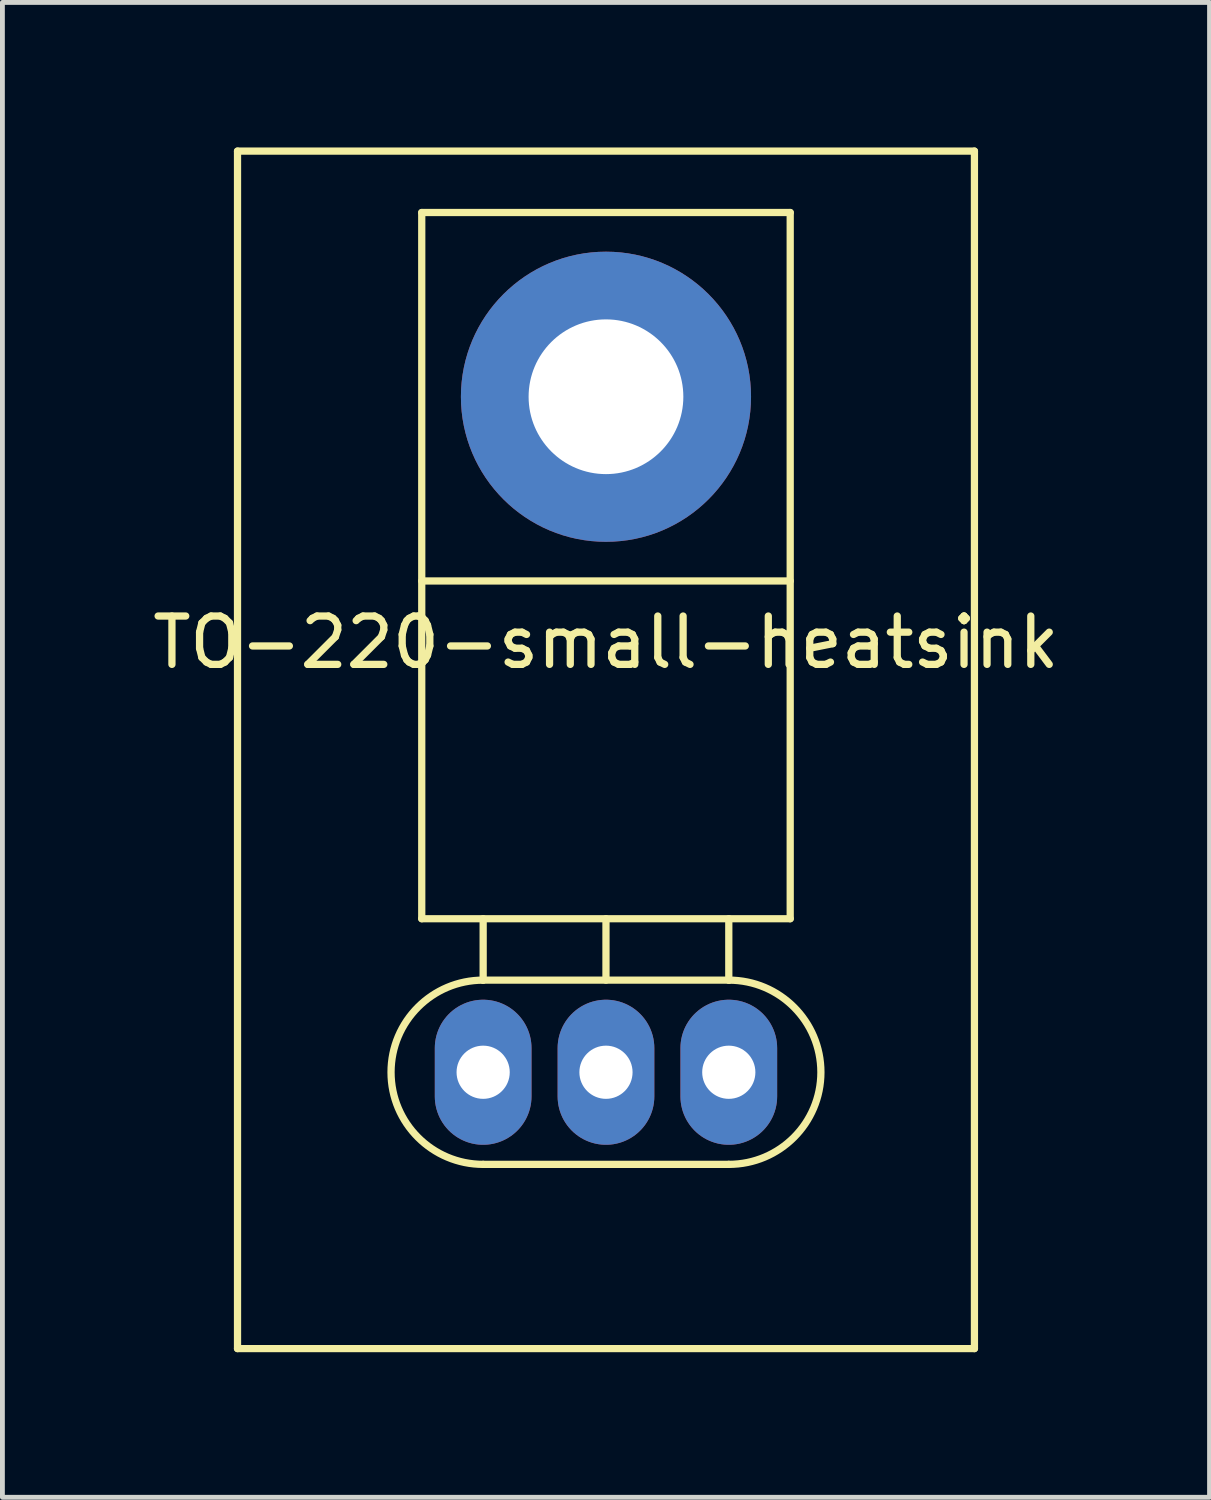
<source format=kicad_pcb>
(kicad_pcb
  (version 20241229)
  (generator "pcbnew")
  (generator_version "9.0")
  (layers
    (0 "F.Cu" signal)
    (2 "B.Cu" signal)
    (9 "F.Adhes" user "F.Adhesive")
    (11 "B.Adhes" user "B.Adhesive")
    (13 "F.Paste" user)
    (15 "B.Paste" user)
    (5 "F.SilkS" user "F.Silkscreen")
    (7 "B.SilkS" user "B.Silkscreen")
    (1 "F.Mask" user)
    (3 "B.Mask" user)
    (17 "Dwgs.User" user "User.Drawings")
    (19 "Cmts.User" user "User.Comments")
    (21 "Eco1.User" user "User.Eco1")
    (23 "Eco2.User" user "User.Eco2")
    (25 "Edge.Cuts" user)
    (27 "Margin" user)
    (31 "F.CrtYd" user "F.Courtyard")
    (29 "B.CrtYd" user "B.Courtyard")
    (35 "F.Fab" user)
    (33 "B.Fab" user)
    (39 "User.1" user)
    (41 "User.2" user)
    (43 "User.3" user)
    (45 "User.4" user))
  (footprint "TO-220-small-heatsink"
    (layer "F.Cu")
    (at 9.482 19.125)
    (property "Reference" "TO-220-small-heatsink" (at 0 -8.89 0) (layer "F.SilkS") (effects (font (size 1 1) (thickness 0.15))))
    (attr through_hole)
    (fp_line (start -7.62 -19.05) (end -7.62 5.715) (stroke (width 0.15) (type solid)) (layer "F.SilkS"))
    (fp_line (start -7.62 5.715) (end 7.62 5.715) (stroke (width 0.15) (type solid)) (layer "F.SilkS"))
    (fp_line (start -3.81 -17.78) (end 3.81 -17.78) (stroke (width 0.15) (type solid)) (layer "F.SilkS"))
    (fp_line (start -3.81 -10.16) (end 3.81 -10.16) (stroke (width 0.15) (type solid)) (layer "F.SilkS"))
    (fp_line (start -3.81 -3.175) (end -3.81 -17.78) (stroke (width 0.15) (type solid)) (layer "F.SilkS"))
    (fp_line (start -2.54 -3.175) (end -2.54 -1.905) (stroke (width 0.15) (type solid)) (layer "F.SilkS"))
    (fp_line (start -2.54 -1.905) (end 2.54 -1.905) (stroke (width 0.15) (type solid)) (layer "F.SilkS"))
    (fp_line (start -2.54 1.905) (end 2.54 1.905) (stroke (width 0.15) (type solid)) (layer "F.SilkS"))
    (fp_line (start 0 -3.175) (end 0 -1.905) (stroke (width 0.15) (type solid)) (layer "F.SilkS"))
    (fp_line (start 2.54 -3.175) (end 2.54 -1.905) (stroke (width 0.15) (type solid)) (layer "F.SilkS"))
    (fp_line (start 3.81 -17.78) (end 3.81 -3.175) (stroke (width 0.15) (type solid)) (layer "F.SilkS"))
    (fp_line (start 3.81 -3.175) (end -3.81 -3.175) (stroke (width 0.15) (type solid)) (layer "F.SilkS"))
    (fp_line (start 7.62 -19.05) (end -7.62 -19.05) (stroke (width 0.15) (type solid)) (layer "F.SilkS"))
    (fp_line (start 7.62 5.715) (end 7.62 -19.05) (stroke (width 0.15) (type solid)) (layer "F.SilkS"))
    (fp_arc (start -2.54 1.905) (mid -4.445 0) (end -2.54 -1.905) (stroke (width 0.15) (type solid)) (layer "F.SilkS"))
    (fp_arc (start 2.54 -1.905) (mid 4.445 0) (end 2.54 1.905) (stroke (width 0.15) (type solid)) (layer "F.SilkS"))
    (pad "1" thru_hole oval (at -2.54 0) (size 2 3) (drill 1.1) (layers "*.Cu" "*.Mask"))
    (pad "2" thru_hole circle (at 0 -13.97) (size 6 6) (drill 3.2) (layers "*.Cu" "*.Mask"))
    (pad "2" thru_hole oval (at 0 0) (size 2 3) (drill 1.1) (layers "*.Cu" "*.Mask"))
    (pad "3" thru_hole oval (at 2.54 0) (size 2 3) (drill 1.1) (layers "*.Cu" "*.Mask")))
  (gr_rect
    (start -3 -3)
    (end 21.964 27.915)
    (stroke (width 0.1) (type default))
    (fill no)
    (layer "Edge.Cuts")))
</source>
